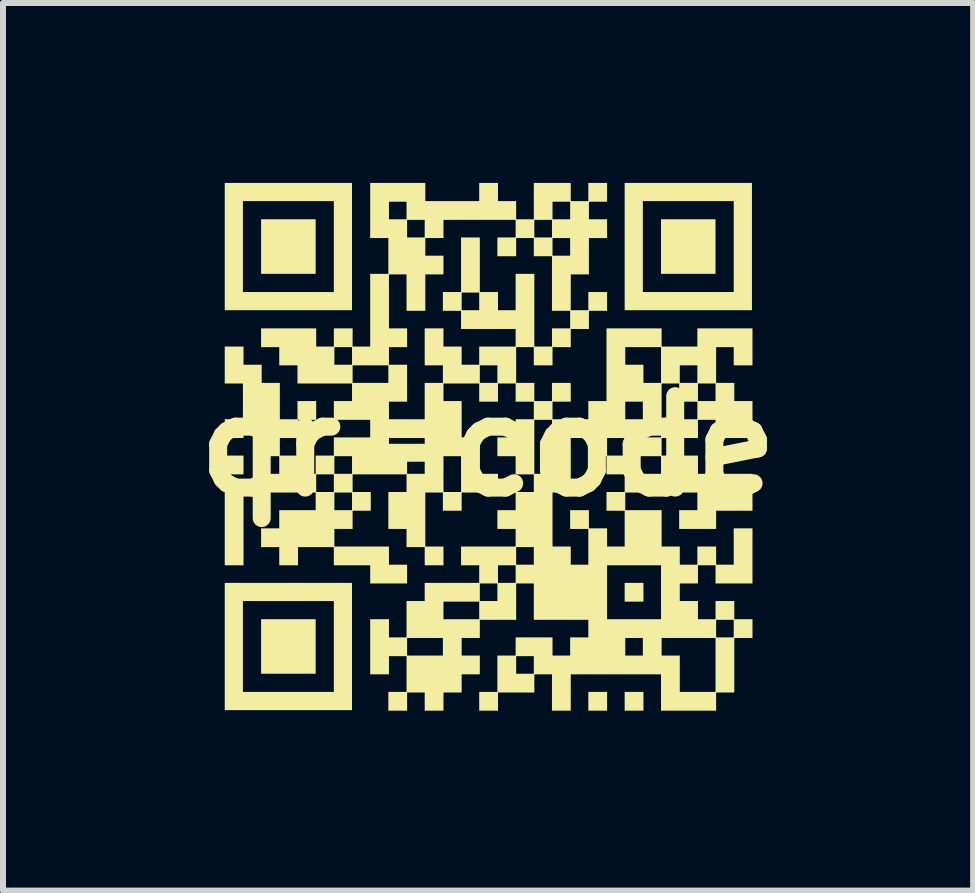
<source format=kicad_pcb>
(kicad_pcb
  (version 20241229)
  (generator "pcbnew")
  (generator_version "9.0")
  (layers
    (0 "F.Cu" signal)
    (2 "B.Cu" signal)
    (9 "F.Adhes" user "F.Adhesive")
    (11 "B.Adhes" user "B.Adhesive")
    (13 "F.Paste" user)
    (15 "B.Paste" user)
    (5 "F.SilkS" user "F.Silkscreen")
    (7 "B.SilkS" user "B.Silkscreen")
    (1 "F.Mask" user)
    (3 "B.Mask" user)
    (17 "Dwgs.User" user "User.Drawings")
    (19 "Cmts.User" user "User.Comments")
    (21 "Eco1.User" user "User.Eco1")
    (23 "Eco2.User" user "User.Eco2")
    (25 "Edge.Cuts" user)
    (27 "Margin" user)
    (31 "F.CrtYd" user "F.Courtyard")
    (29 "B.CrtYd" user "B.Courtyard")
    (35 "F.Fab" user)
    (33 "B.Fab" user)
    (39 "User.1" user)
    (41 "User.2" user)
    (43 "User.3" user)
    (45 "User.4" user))
  (footprint "qr-code"
    (layer "F.Cu")
    (at 5.087 4.39)
    (property "Reference" "qr-code" (at 0 0 0) (layer "F.SilkS") (effects (font (size 1.524 1.524) (thickness 0.3))))
    (attr board_only exclude_from_pos_files exclude_from_bom)
    (fp_poly (pts (xy -4.077 0.469) (xy -4.39 0.469) (xy -4.39 0.156) (xy -4.077 0.156)) (stroke (width 0) (type solid)) (fill yes) (layer "F.SilkS"))
    (fp_poly (pts (xy -4.077 1.985) (xy -4.39 1.985) (xy -4.39 0.763) (xy -4.077 0.763)) (stroke (width 0) (type solid)) (fill yes) (layer "F.SilkS"))
    (fp_poly (pts (xy -2.874 -2.874) (xy -3.784 -2.874) (xy -3.784 -3.784) (xy -2.874 -3.784)) (stroke (width 0) (type solid)) (fill yes) (layer "F.SilkS"))
    (fp_poly (pts (xy -2.874 3.793) (xy -3.784 3.793) (xy -3.784 2.884) (xy -2.874 2.884)) (stroke (width 0) (type solid)) (fill yes) (layer "F.SilkS"))
    (fp_poly (pts (xy 1.985 4.409) (xy 1.672 4.409) (xy 1.672 4.096) (xy 1.985 4.096)) (stroke (width 0) (type solid)) (fill yes) (layer "F.SilkS"))
    (fp_poly (pts (xy 2.591 2.591) (xy 2.278 2.591) (xy 2.278 2.278) (xy 2.591 2.278)) (stroke (width 0) (type solid)) (fill yes) (layer "F.SilkS"))
    (fp_poly (pts (xy 2.591 4.409) (xy 2.278 4.409) (xy 2.278 4.096) (xy 2.591 4.096)) (stroke (width 0) (type solid)) (fill yes) (layer "F.SilkS"))
    (fp_poly (pts (xy 3.793 -2.874) (xy 2.884 -2.874) (xy 2.884 -3.784) (xy 3.793 -3.784)) (stroke (width 0) (type solid)) (fill yes) (layer "F.SilkS"))
    (fp_poly (pts (xy -2.268 -2.268) (xy -4.39 -2.268) (xy -4.39 -2.571) (xy -4.087 -2.571) (xy -2.571 -2.571) (xy -2.571 -4.087) (xy -4.087 -4.087) (xy -4.087 -2.571) (xy -4.39 -2.571) (xy -4.39 -4.39) (xy -2.268 -4.39)) (stroke (width 0) (type solid)) (fill yes) (layer "F.SilkS"))
    (fp_poly (pts (xy -2.268 4.4) (xy -4.39 4.4) (xy -4.39 4.096) (xy -4.087 4.096) (xy -2.571 4.096) (xy -2.571 2.581) (xy -4.087 2.581) (xy -4.087 4.096) (xy -4.39 4.096) (xy -4.39 2.278) (xy -2.268 2.278)) (stroke (width 0) (type solid)) (fill yes) (layer "F.SilkS"))
    (fp_poly (pts (xy 4.4 -2.268) (xy 2.278 -2.268) (xy 2.278 -2.571) (xy 2.581 -2.571) (xy 4.096 -2.571) (xy 4.096 -4.087) (xy 2.581 -4.087) (xy 2.581 -2.571) (xy 2.278 -2.571) (xy 2.278 -4.39) (xy 4.4 -4.39)) (stroke (width 0) (type solid)) (fill yes) (layer "F.SilkS"))
    (fp_poly (pts (xy -1.046 -4.087) (xy -0.147 -4.087) (xy -0.147 -4.39) (xy 0.166 -4.39) (xy 0.166 -4.087) (xy 0.469 -4.087) (xy 0.469 -3.784) (xy 0.763 -3.784) (xy 1.075 -3.784) (xy 1.369 -3.784) (xy 1.369 -4.077) (xy 1.075 -4.077) (xy 1.075 -3.784) (xy 0.763 -3.784) (xy 0.763 -4.39) (xy 1.379 -4.39) (xy 1.379 -4.087) (xy 1.672 -4.087) (xy 1.672 -4.39) (xy 1.985 -4.39) (xy 1.985 -4.077) (xy 1.682 -4.077) (xy 1.682 -3.784) (xy 1.985 -3.784) (xy 1.985 -3.471) (xy 1.682 -3.471) (xy 1.682 -2.865) (xy 1.379 -2.865) (xy 1.379 -2.268) (xy 1.672 -2.268) (xy 1.672 -2.571) (xy 1.985 -2.571) (xy 1.985 -2.258) (xy 1.682 -2.258) (xy 1.682 -1.955) (xy 1.379 -1.955) (xy 1.379 -1.652) (xy 1.075 -1.652) (xy 1.075 -1.349) (xy 0.763 -1.349) (xy 0.763 -1.652) (xy 0.469 -1.652) (xy 0.469 -1.056) (xy 0.772 -1.056) (xy 0.772 -0.753) (xy 1.066 -0.753) (xy 1.066 -1.056) (xy 1.379 -1.056) (xy 1.379 -0.743) (xy 1.075 -0.743) (xy 1.075 -0.45) (xy 1.672 -0.45) (xy 2.288 -0.45) (xy 2.581 -0.45) (xy 2.894 -0.45) (xy 3.49 -0.45) (xy 3.49 -0.743) (xy 3.187 -0.743) (xy 3.187 -0.753) (xy 3.5 -0.753) (xy 3.793 -0.753) (xy 3.793 -1.046) (xy 3.5 -1.046) (xy 3.5 -0.753) (xy 3.187 -0.753) (xy 3.187 -1.046) (xy 2.894 -1.046) (xy 2.894 -0.45) (xy 2.581 -0.45) (xy 2.581 -0.743) (xy 2.288 -0.743) (xy 2.288 -0.45) (xy 1.672 -0.45) (xy 1.672 -0.753) (xy 1.975 -0.753) (xy 1.975 -1.359) (xy 2.288 -1.359) (xy 2.591 -1.359) (xy 2.591 -1.056) (xy 2.884 -1.056) (xy 3.197 -1.056) (xy 3.49 -1.056) (xy 3.49 -1.349) (xy 3.197 -1.349) (xy 3.197 -1.056) (xy 2.884 -1.056) (xy 2.884 -1.652) (xy 2.288 -1.652) (xy 2.288 -1.359) (xy 1.975 -1.359) (xy 1.975 -1.965) (xy 2.894 -1.965) (xy 2.894 -1.662) (xy 3.49 -1.662) (xy 3.49 -1.965) (xy 4.409 -1.965) (xy 4.409 -1.349) (xy 4.096 -1.349) (xy 4.096 -1.652) (xy 3.803 -1.652) (xy 3.803 -1.056) (xy 4.106 -1.056) (xy 4.106 -0.753) (xy 4.409 -0.753) (xy 4.409 -0.137) (xy 3.793 -0.137) (xy 3.793 -0.44) (xy 3.5 -0.44) (xy 3.5 -0.137) (xy 2.894 -0.137) (xy 2.894 0.156) (xy 3.5 0.156) (xy 3.5 0.46) (xy 4.409 0.46) (xy 4.409 1.075) (xy 3.803 1.075) (xy 3.803 1.379) (xy 3.187 1.379) (xy 3.187 1.066) (xy 3.49 1.066) (xy 3.49 0.772) (xy 2.288 0.772) (xy 2.288 1.066) (xy 2.894 1.066) (xy 2.894 1.672) (xy 3.197 1.672) (xy 3.197 1.975) (xy 3.49 1.975) (xy 3.49 1.672) (xy 3.803 1.672) (xy 3.803 1.975) (xy 4.096 1.975) (xy 4.096 1.369) (xy 4.409 1.369) (xy 4.409 2.288) (xy 3.793 2.288) (xy 3.793 1.985) (xy 3.5 1.985) (xy 3.5 2.288) (xy 3.197 2.288) (xy 3.197 2.581) (xy 3.5 2.581) (xy 3.5 2.884) (xy 3.793 2.884) (xy 3.793 2.581) (xy 4.106 2.581) (xy 4.106 2.884) (xy 4.409 2.884) (xy 4.409 3.197) (xy 4.106 3.197) (xy 4.106 4.106) (xy 3.803 4.106) (xy 3.803 4.409) (xy 2.884 4.409) (xy 2.884 3.803) (xy 1.379 3.803) (xy 1.379 4.409) (xy 1.066 4.409) (xy 1.066 3.803) (xy 0.772 3.803) (xy 0.772 4.106) (xy 0.166 4.106) (xy 0.166 4.409) (xy -0.147 4.409) (xy -0.147 4.096) (xy 0.156 4.096) (xy 0.156 3.793) (xy 0.469 3.793) (xy 0.763 3.793) (xy 0.763 3.5) (xy 0.469 3.5) (xy 0.469 3.793) (xy 0.156 3.793) (xy 0.156 3.49) (xy 0.46 3.49) (xy 0.46 3.187) (xy 1.075 3.187) (xy 1.075 3.49) (xy 1.369 3.49) (xy 2.288 3.49) (xy 2.581 3.49) (xy 2.894 3.49) (xy 3.197 3.49) (xy 3.197 4.096) (xy 3.793 4.096) (xy 3.793 3.197) (xy 2.894 3.197) (xy 2.894 3.49) (xy 2.581 3.49) (xy 2.581 3.197) (xy 2.288 3.197) (xy 2.288 3.49) (xy 1.369 3.49) (xy 1.369 3.187) (xy 1.672 3.187) (xy 3.803 3.187) (xy 4.096 3.187) (xy 4.096 2.894) (xy 3.803 2.894) (xy 3.803 3.187) (xy 1.672 3.187) (xy 1.672 2.894) (xy 0.763 2.894) (xy 0.763 2.884) (xy 1.985 2.884) (xy 2.884 2.884) (xy 2.884 1.985) (xy 1.985 1.985) (xy 1.985 2.884) (xy 0.763 2.884) (xy 0.763 2.288) (xy 0.469 2.288) (xy 0.469 2.894) (xy -0.137 2.894) (xy -0.137 3.197) (xy -0.44 3.197) (xy -0.44 3.49) (xy -0.137 3.49) (xy -0.137 3.803) (xy -0.44 3.803) (xy -0.44 4.106) (xy -0.743 4.106) (xy -0.743 4.409) (xy -1.056 4.409) (xy -1.056 4.106) (xy -1.349 4.106) (xy -1.349 4.409) (xy -1.662 4.409) (xy -1.662 4.096) (xy -1.359 4.096) (xy -1.359 3.5) (xy -1.652 3.5) (xy -1.652 3.803) (xy -1.965 3.803) (xy -1.965 3.49) (xy -1.349 3.49) (xy -0.753 3.49) (xy -0.753 3.197) (xy -1.349 3.197) (xy -1.349 3.49) (xy -1.965 3.49) (xy -1.965 2.884) (xy -1.652 2.884) (xy -1.652 3.187) (xy -1.359 3.187) (xy -1.359 2.884) (xy -0.743 2.884) (xy -0.147 2.884) (xy -0.147 2.591) (xy -0.743 2.591) (xy -0.743 2.884) (xy -1.359 2.884) (xy -1.359 2.581) (xy -1.056 2.581) (xy -0.137 2.581) (xy 0.156 2.581) (xy 0.156 2.288) (xy -0.137 2.288) (xy -0.137 2.581) (xy -1.056 2.581) (xy -1.056 2.278) (xy -0.147 2.278) (xy 0.166 2.278) (xy 0.46 2.278) (xy 0.46 1.985) (xy 0.166 1.985) (xy 0.166 2.278) (xy -0.147 2.278) (xy -0.147 1.985) (xy -0.45 1.985) (xy -0.45 1.975) (xy 0.469 1.975) (xy 0.763 1.975) (xy 0.763 1.682) (xy 0.469 1.682) (xy 0.469 1.975) (xy -0.45 1.975) (xy -0.45 1.672) (xy 0.46 1.672) (xy 1.075 1.672) (xy 1.379 1.672) (xy 1.379 1.975) (xy 1.672 1.975) (xy 1.672 1.379) (xy 1.369 1.379) (xy 1.369 1.066) (xy 1.682 1.066) (xy 1.682 1.369) (xy 1.985 1.369) (xy 1.985 1.672) (xy 2.278 1.672) (xy 2.278 1.075) (xy 1.975 1.075) (xy 1.975 0.763) (xy 2.278 0.763) (xy 2.278 0.469) (xy 1.975 0.469) (xy 1.975 0.46) (xy 2.288 0.46) (xy 2.884 0.46) (xy 2.884 0.166) (xy 2.288 0.166) (xy 2.288 0.46) (xy 1.975 0.46) (xy 1.975 0.166) (xy 1.672 0.166) (xy 1.672 0.156) (xy 1.985 0.156) (xy 2.278 0.156) (xy 2.278 -0.137) (xy 1.985 -0.137) (xy 1.985 0.156) (xy 1.672 0.156) (xy 1.672 -0.137) (xy 1.379 -0.137) (xy 1.379 0.772) (xy 1.075 0.772) (xy 1.075 1.672) (xy 0.46 1.672) (xy 0.46 1.379) (xy 0.156 1.379) (xy 0.156 1.066) (xy 0.46 1.066) (xy 0.46 0.763) (xy 0.763 0.763) (xy 0.763 0.469) (xy 0.46 0.469) (xy 0.46 0.46) (xy 0.772 0.46) (xy 1.066 0.46) (xy 1.066 -0.147) (xy 2.591 -0.147) (xy 2.884 -0.147) (xy 2.884 -0.44) (xy 2.591 -0.44) (xy 2.591 -0.147) (xy 1.066 -0.147) (xy 1.066 -0.44) (xy 0.772 -0.44) (xy 0.772 0.46) (xy 0.46 0.46) (xy 0.46 0.166) (xy 0.156 0.166) (xy 0.156 -0.147) (xy 0.46 -0.147) (xy 0.46 -0.45) (xy 0.763 -0.45) (xy 0.763 -0.743) (xy 0.46 -0.743) (xy 0.46 -1.046) (xy 0.166 -1.046) (xy 0.166 -0.743) (xy -0.147 -0.743) (xy -0.147 -1.046) (xy -0.743 -1.046) (xy -0.743 -0.753) (xy -0.44 -0.753) (xy -0.44 -0.147) (xy -0.137 -0.147) (xy -0.137 0.46) (xy 0.166 0.46) (xy 0.166 0.772) (xy -0.44 0.772) (xy -0.44 1.075) (xy -0.753 1.075) (xy -0.753 0.772) (xy -1.046 0.772) (xy -1.046 1.672) (xy -0.743 1.672) (xy -0.743 1.985) (xy -1.056 1.985) (xy -1.056 1.682) (xy -1.359 1.682) (xy -1.359 1.379) (xy -1.662 1.379) (xy -1.662 0.763) (xy -1.359 0.763) (xy -0.743 0.763) (xy -0.45 0.763) (xy -0.45 0.166) (xy -0.743 0.166) (xy -0.743 0.763) (xy -1.359 0.763) (xy -1.359 0.469) (xy -2.258 0.469) (xy -2.258 0.763) (xy -1.955 0.763) (xy -1.955 1.075) (xy -2.258 1.075) (xy -2.258 1.379) (xy -2.562 1.379) (xy -2.562 1.672) (xy -1.652 1.672) (xy -1.652 1.975) (xy -1.349 1.975) (xy -1.349 2.288) (xy -1.965 2.288) (xy -1.965 1.985) (xy -2.571 1.985) (xy -2.571 1.682) (xy -3.168 1.682) (xy -3.168 1.985) (xy -3.481 1.985) (xy -3.481 1.682) (xy -3.784 1.682) (xy -3.784 1.369) (xy -3.481 1.369) (xy -3.481 1.066) (xy -2.874 1.066) (xy -2.562 1.066) (xy -2.268 1.066) (xy -2.268 0.772) (xy -2.562 0.772) (xy -2.562 1.066) (xy -2.874 1.066) (xy -2.874 0.772) (xy -3.784 0.772) (xy -3.784 0.763) (xy -2.865 0.763) (xy -2.571 0.763) (xy -2.571 0.469) (xy -2.865 0.469) (xy -2.865 0.763) (xy -3.784 0.763) (xy -3.784 0.46) (xy -3.481 0.46) (xy -3.481 0.166) (xy -3.784 0.166) (xy -3.784 -0.44) (xy -4.077 -0.44) (xy -4.077 -0.137) (xy -4.39 -0.137) (xy -4.39 -0.45) (xy -4.087 -0.45) (xy -4.087 -1.046) (xy -4.39 -1.046) (xy -4.39 -1.662) (xy -4.077 -1.662) (xy -4.077 -1.359) (xy -3.774 -1.359) (xy -3.774 -1.056) (xy -3.471 -1.056) (xy -3.471 -0.45) (xy -3.177 -0.45) (xy -3.177 -0.753) (xy -2.865 -0.753) (xy -2.865 -0.44) (xy -3.168 -0.44) (xy -3.168 -0.137) (xy -3.471 -0.137) (xy -3.471 0.156) (xy -3.168 0.156) (xy -3.168 0.46) (xy -2.874 0.46) (xy -2.562 0.46) (xy -2.268 0.46) (xy -2.268 0.166) (xy -2.562 0.166) (xy -2.562 0.46) (xy -2.874 0.46) (xy -2.874 0.156) (xy -2.571 0.156) (xy -1.652 0.156) (xy -1.349 0.156) (xy -1.349 0.46) (xy -1.056 0.46) (xy -1.056 -0.137) (xy -1.652 -0.137) (xy -1.652 0.156) (xy -2.571 0.156) (xy -2.571 -0.147) (xy -1.965 -0.147) (xy -1.965 -0.44) (xy -2.571 -0.44) (xy -2.571 -0.45) (xy -1.652 -0.45) (xy -1.056 -0.45) (xy -1.056 -1.056) (xy -0.753 -1.056) (xy -0.137 -1.056) (xy 0.156 -1.056) (xy 0.156 -1.349) (xy -0.137 -1.349) (xy -0.137 -1.056) (xy -0.753 -1.056) (xy -0.753 -1.349) (xy -1.056 -1.349) (xy -1.056 -1.965) (xy -0.743 -1.965) (xy -0.743 -1.662) (xy -0.44 -1.662) (xy -0.44 -1.359) (xy -0.147 -1.359) (xy -0.147 -1.662) (xy 0.46 -1.662) (xy 0.46 -1.955) (xy -0.45 -1.955) (xy -0.45 -2.258) (xy -0.753 -2.258) (xy -0.753 -2.268) (xy -0.44 -2.268) (xy -0.147 -2.268) (xy -0.147 -2.562) (xy -0.44 -2.562) (xy -0.44 -2.268) (xy -0.753 -2.268) (xy -0.753 -2.571) (xy -0.45 -2.571) (xy -0.45 -3.481) (xy -0.137 -3.481) (xy -0.137 -2.571) (xy 0.166 -2.571) (xy 0.166 -2.268) (xy 0.46 -2.268) (xy 0.46 -2.874) (xy 0.772 -2.874) (xy 0.772 -1.662) (xy 1.066 -1.662) (xy 1.066 -1.965) (xy 1.369 -1.965) (xy 1.369 -2.258) (xy 1.066 -2.258) (xy 1.066 -3.168) (xy 0.763 -3.168) (xy 0.763 -3.177) (xy 1.075 -3.177) (xy 1.369 -3.177) (xy 1.369 -3.471) (xy 1.075 -3.471) (xy 1.075 -3.177) (xy 0.763 -3.177) (xy 0.763 -3.471) (xy 0.469 -3.471) (xy 0.469 -3.168) (xy 0.156 -3.168) (xy 0.156 -3.481) (xy 0.46 -3.481) (xy 0.772 -3.481) (xy 1.066 -3.481) (xy 1.066 -3.774) (xy 0.772 -3.774) (xy 0.772 -3.481) (xy 0.46 -3.481) (xy 0.46 -3.774) (xy -0.743 -3.774) (xy -0.743 -3.471) (xy -1.046 -3.471) (xy -1.046 -3.177) (xy -0.743 -3.177) (xy -0.743 -2.865) (xy -1.046 -2.865) (xy -1.046 -2.258) (xy -1.359 -2.258) (xy -1.359 -2.865) (xy -1.652 -2.865) (xy -1.652 -1.965) (xy -1.349 -1.965) (xy -1.349 -1.652) (xy -1.652 -1.652) (xy -1.652 -1.359) (xy -1.349 -1.359) (xy -1.349 -0.743) (xy -1.652 -0.743) (xy -1.652 -0.45) (xy -2.571 -0.45) (xy -2.571 -0.753) (xy -2.268 -0.753) (xy -2.268 -1.046) (xy -3.177 -1.046) (xy -3.177 -1.056) (xy -2.258 -1.056) (xy -1.662 -1.056) (xy -1.662 -1.349) (xy -2.258 -1.349) (xy -2.258 -1.056) (xy -3.177 -1.056) (xy -3.177 -1.349) (xy -3.481 -1.349) (xy -3.481 -1.359) (xy -2.562 -1.359) (xy -2.268 -1.359) (xy -2.268 -1.652) (xy -2.562 -1.652) (xy -2.562 -1.359) (xy -3.481 -1.359) (xy -3.481 -1.652) (xy -3.784 -1.652) (xy -3.784 -1.965) (xy -2.865 -1.965) (xy -2.865 -1.662) (xy -2.571 -1.662) (xy -2.571 -1.965) (xy -2.258 -1.965) (xy -2.258 -1.662) (xy -1.965 -1.662) (xy -1.965 -2.874) (xy -1.662 -2.874) (xy -1.662 -3.471) (xy -1.965 -3.471) (xy -1.965 -3.481) (xy -1.349 -3.481) (xy -1.056 -3.481) (xy -1.056 -3.774) (xy -1.349 -3.774) (xy -1.349 -3.481) (xy -1.965 -3.481) (xy -1.965 -3.784) (xy -1.652 -3.784) (xy -1.359 -3.784) (xy -1.359 -4.077) (xy -1.652 -4.077) (xy -1.652 -3.784) (xy -1.965 -3.784) (xy -1.965 -4.39) (xy -1.046 -4.39)) (stroke (width 0) (type solid)) (fill yes) (layer "F.SilkS")))
  (gr_rect
    (start -3 -3)
    (end 13.175 11.799)
    (stroke (width 0.1) (type default))
    (fill no)
    (layer "Edge.Cuts")))
</source>
